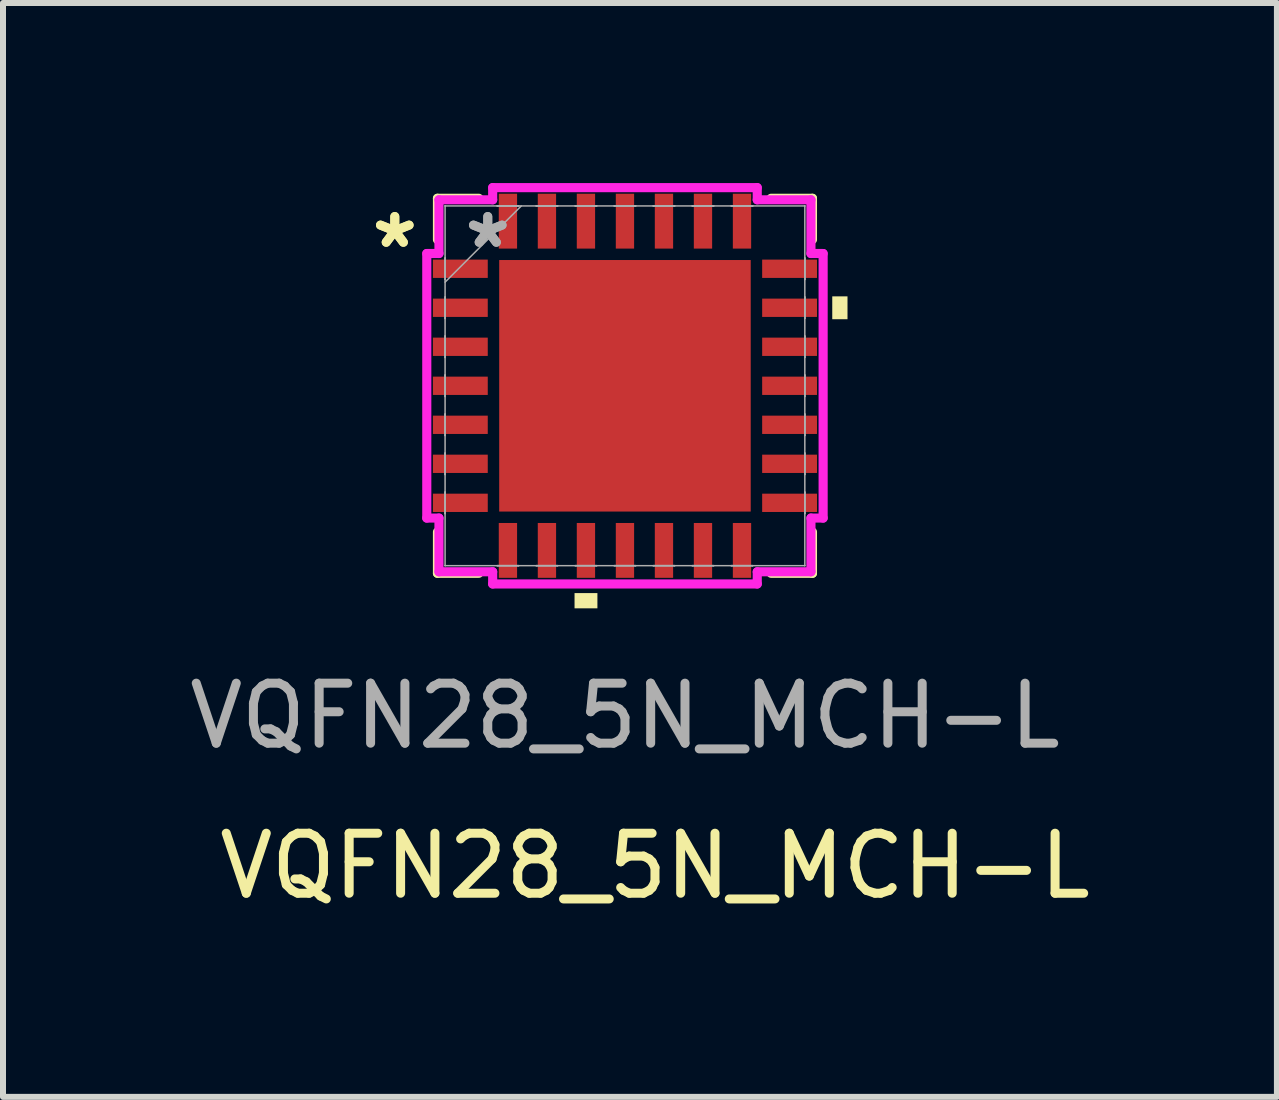
<source format=kicad_pcb>
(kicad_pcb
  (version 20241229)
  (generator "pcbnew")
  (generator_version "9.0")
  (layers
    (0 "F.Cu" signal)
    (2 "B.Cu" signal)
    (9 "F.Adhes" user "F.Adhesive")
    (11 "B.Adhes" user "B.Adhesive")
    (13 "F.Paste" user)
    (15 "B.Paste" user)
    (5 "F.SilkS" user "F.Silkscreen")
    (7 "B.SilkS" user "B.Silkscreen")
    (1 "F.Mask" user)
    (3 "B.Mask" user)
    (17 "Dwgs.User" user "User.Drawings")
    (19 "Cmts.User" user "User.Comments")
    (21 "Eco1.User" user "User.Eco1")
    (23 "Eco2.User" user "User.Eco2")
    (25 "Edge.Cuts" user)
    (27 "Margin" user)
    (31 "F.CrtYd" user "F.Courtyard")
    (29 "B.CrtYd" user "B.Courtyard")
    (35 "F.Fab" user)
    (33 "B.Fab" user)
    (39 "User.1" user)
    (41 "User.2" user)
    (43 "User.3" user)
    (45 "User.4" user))
  (footprint "VQFN28_5N_MCH-L"
    (layer "F.Cu")
    (at 7.363 3.378)
    (property "Reference" "VQFN28_5N_MCH-L" (at 0.5 8 0) (unlocked yes) (layer "F.SilkS") (effects (font (size 1 1) (thickness 0.15))))
    (attr smd)
    (fp_line (start -3.124 -3.124) (end -3.124 -2.435) (stroke (width 0.152) (type solid)) (layer "F.SilkS"))
    (fp_line (start -3.124 2.435) (end -3.124 3.124) (stroke (width 0.152) (type solid)) (layer "F.SilkS"))
    (fp_line (start -3.124 3.124) (end -2.435 3.124) (stroke (width 0.152) (type solid)) (layer "F.SilkS"))
    (fp_line (start -2.435 -3.124) (end -3.124 -3.124) (stroke (width 0.152) (type solid)) (layer "F.SilkS"))
    (fp_line (start 2.435 3.124) (end 3.124 3.124) (stroke (width 0.152) (type solid)) (layer "F.SilkS"))
    (fp_line (start 3.124 -3.124) (end 2.435 -3.124) (stroke (width 0.152) (type solid)) (layer "F.SilkS"))
    (fp_line (start 3.124 -2.435) (end 3.124 -3.124) (stroke (width 0.152) (type solid)) (layer "F.SilkS"))
    (fp_line (start 3.124 3.124) (end 3.124 2.435) (stroke (width 0.152) (type solid)) (layer "F.SilkS"))
    (fp_poly (pts (xy -0.84 3.454) (xy -0.84 3.708) (xy -0.459 3.708) (xy -0.459 3.454)) (stroke (width 0) (type solid)) (fill yes) (layer "F.SilkS"))
    (fp_poly (pts (xy 3.708 -1.49) (xy 3.708 -1.109) (xy 3.454 -1.109) (xy 3.454 -1.49)) (stroke (width 0) (type solid)) (fill yes) (layer "F.SilkS"))
    (fp_poly (pts (xy -1.996 -1.996) (xy -1.996 -0.798) (xy -0.798 -0.798) (xy -0.798 -1.996)) (stroke (width 0) (type solid)) (fill yes) (layer "F.Paste"))
    (fp_poly (pts (xy -1.996 -0.599) (xy -1.996 0.599) (xy -0.798 0.599) (xy -0.798 -0.599)) (stroke (width 0) (type solid)) (fill yes) (layer "F.Paste"))
    (fp_poly (pts (xy -1.996 0.798) (xy -1.996 1.996) (xy -0.798 1.996) (xy -0.798 0.798)) (stroke (width 0) (type solid)) (fill yes) (layer "F.Paste"))
    (fp_poly (pts (xy -0.599 -1.996) (xy -0.599 -0.798) (xy 0.599 -0.798) (xy 0.599 -1.996)) (stroke (width 0) (type solid)) (fill yes) (layer "F.Paste"))
    (fp_poly (pts (xy -0.599 -0.599) (xy -0.599 0.599) (xy 0.599 0.599) (xy 0.599 -0.599)) (stroke (width 0) (type solid)) (fill yes) (layer "F.Paste"))
    (fp_poly (pts (xy -0.599 0.798) (xy -0.599 1.996) (xy 0.599 1.996) (xy 0.599 0.798)) (stroke (width 0) (type solid)) (fill yes) (layer "F.Paste"))
    (fp_poly (pts (xy 0.798 -1.996) (xy 0.798 -0.798) (xy 1.996 -0.798) (xy 1.996 -1.996)) (stroke (width 0) (type solid)) (fill yes) (layer "F.Paste"))
    (fp_poly (pts (xy 0.798 -0.599) (xy 0.798 0.599) (xy 1.996 0.599) (xy 1.996 -0.599)) (stroke (width 0) (type solid)) (fill yes) (layer "F.Paste"))
    (fp_poly (pts (xy 0.798 0.798) (xy 0.798 1.996) (xy 1.996 1.996) (xy 1.996 0.798)) (stroke (width 0) (type solid)) (fill yes) (layer "F.Paste"))
    (fp_line (start -3.302 -2.204) (end -3.099 -2.204) (stroke (width 0.152) (type solid)) (layer "F.CrtYd"))
    (fp_line (start -3.302 2.204) (end -3.302 -2.204) (stroke (width 0.152) (type solid)) (layer "F.CrtYd"))
    (fp_line (start -3.099 -3.099) (end -2.204 -3.099) (stroke (width 0.152) (type solid)) (layer "F.CrtYd"))
    (fp_line (start -3.099 -2.204) (end -3.099 -3.099) (stroke (width 0.152) (type solid)) (layer "F.CrtYd"))
    (fp_line (start -3.099 2.204) (end -3.302 2.204) (stroke (width 0.152) (type solid)) (layer "F.CrtYd"))
    (fp_line (start -3.099 3.099) (end -3.099 2.204) (stroke (width 0.152) (type solid)) (layer "F.CrtYd"))
    (fp_line (start -2.204 -3.302) (end 2.204 -3.302) (stroke (width 0.152) (type solid)) (layer "F.CrtYd"))
    (fp_line (start -2.204 -3.099) (end -2.204 -3.302) (stroke (width 0.152) (type solid)) (layer "F.CrtYd"))
    (fp_line (start -2.204 3.099) (end -3.099 3.099) (stroke (width 0.152) (type solid)) (layer "F.CrtYd"))
    (fp_line (start -2.204 3.302) (end -2.204 3.099) (stroke (width 0.152) (type solid)) (layer "F.CrtYd"))
    (fp_line (start 2.204 -3.302) (end 2.204 -3.099) (stroke (width 0.152) (type solid)) (layer "F.CrtYd"))
    (fp_line (start 2.204 -3.099) (end 3.099 -3.099) (stroke (width 0.152) (type solid)) (layer "F.CrtYd"))
    (fp_line (start 2.204 3.099) (end 2.204 3.302) (stroke (width 0.152) (type solid)) (layer "F.CrtYd"))
    (fp_line (start 2.204 3.302) (end -2.204 3.302) (stroke (width 0.152) (type solid)) (layer "F.CrtYd"))
    (fp_line (start 3.099 -3.099) (end 3.099 -2.204) (stroke (width 0.152) (type solid)) (layer "F.CrtYd"))
    (fp_line (start 3.099 -2.204) (end 3.302 -2.204) (stroke (width 0.152) (type solid)) (layer "F.CrtYd"))
    (fp_line (start 3.099 2.204) (end 3.099 3.099) (stroke (width 0.152) (type solid)) (layer "F.CrtYd"))
    (fp_line (start 3.099 3.099) (end 2.204 3.099) (stroke (width 0.152) (type solid)) (layer "F.CrtYd"))
    (fp_line (start 3.302 -2.204) (end 3.302 2.204) (stroke (width 0.152) (type solid)) (layer "F.CrtYd"))
    (fp_line (start 3.302 2.204) (end 3.099 2.204) (stroke (width 0.152) (type solid)) (layer "F.CrtYd"))
    (fp_line (start -2.997 -2.997) (end -2.997 -2.997) (stroke (width 0.025) (type solid)) (layer "F.Fab"))
    (fp_line (start -2.997 -2.997) (end -2.997 2.997) (stroke (width 0.025) (type solid)) (layer "F.Fab"))
    (fp_line (start -2.997 -2.128) (end -2.997 -2.128) (stroke (width 0.025) (type solid)) (layer "F.Fab"))
    (fp_line (start -2.997 -2.128) (end -2.997 -1.772) (stroke (width 0.025) (type solid)) (layer "F.Fab"))
    (fp_line (start -2.997 -1.772) (end -2.997 -2.128) (stroke (width 0.025) (type solid)) (layer "F.Fab"))
    (fp_line (start -2.997 -1.772) (end -2.997 -1.772) (stroke (width 0.025) (type solid)) (layer "F.Fab"))
    (fp_line (start -2.997 -1.727) (end -1.727 -2.997) (stroke (width 0.025) (type solid)) (layer "F.Fab"))
    (fp_line (start -2.997 -1.478) (end -2.997 -1.478) (stroke (width 0.025) (type solid)) (layer "F.Fab"))
    (fp_line (start -2.997 -1.478) (end -2.997 -1.122) (stroke (width 0.025) (type solid)) (layer "F.Fab"))
    (fp_line (start -2.997 -1.122) (end -2.997 -1.478) (stroke (width 0.025) (type solid)) (layer "F.Fab"))
    (fp_line (start -2.997 -1.122) (end -2.997 -1.122) (stroke (width 0.025) (type solid)) (layer "F.Fab"))
    (fp_line (start -2.997 -0.828) (end -2.997 -0.828) (stroke (width 0.025) (type solid)) (layer "F.Fab"))
    (fp_line (start -2.997 -0.828) (end -2.997 -0.472) (stroke (width 0.025) (type solid)) (layer "F.Fab"))
    (fp_line (start -2.997 -0.472) (end -2.997 -0.828) (stroke (width 0.025) (type solid)) (layer "F.Fab"))
    (fp_line (start -2.997 -0.472) (end -2.997 -0.472) (stroke (width 0.025) (type solid)) (layer "F.Fab"))
    (fp_line (start -2.997 -0.178) (end -2.997 -0.178) (stroke (width 0.025) (type solid)) (layer "F.Fab"))
    (fp_line (start -2.997 -0.178) (end -2.997 0.178) (stroke (width 0.025) (type solid)) (layer "F.Fab"))
    (fp_line (start -2.997 0.178) (end -2.997 -0.178) (stroke (width 0.025) (type solid)) (layer "F.Fab"))
    (fp_line (start -2.997 0.178) (end -2.997 0.178) (stroke (width 0.025) (type solid)) (layer "F.Fab"))
    (fp_line (start -2.997 0.472) (end -2.997 0.472) (stroke (width 0.025) (type solid)) (layer "F.Fab"))
    (fp_line (start -2.997 0.472) (end -2.997 0.828) (stroke (width 0.025) (type solid)) (layer "F.Fab"))
    (fp_line (start -2.997 0.828) (end -2.997 0.472) (stroke (width 0.025) (type solid)) (layer "F.Fab"))
    (fp_line (start -2.997 0.828) (end -2.997 0.828) (stroke (width 0.025) (type solid)) (layer "F.Fab"))
    (fp_line (start -2.997 1.122) (end -2.997 1.122) (stroke (width 0.025) (type solid)) (layer "F.Fab"))
    (fp_line (start -2.997 1.122) (end -2.997 1.478) (stroke (width 0.025) (type solid)) (layer "F.Fab"))
    (fp_line (start -2.997 1.478) (end -2.997 1.122) (stroke (width 0.025) (type solid)) (layer "F.Fab"))
    (fp_line (start -2.997 1.478) (end -2.997 1.478) (stroke (width 0.025) (type solid)) (layer "F.Fab"))
    (fp_line (start -2.997 1.772) (end -2.997 1.772) (stroke (width 0.025) (type solid)) (layer "F.Fab"))
    (fp_line (start -2.997 1.772) (end -2.997 2.128) (stroke (width 0.025) (type solid)) (layer "F.Fab"))
    (fp_line (start -2.997 2.128) (end -2.997 1.772) (stroke (width 0.025) (type solid)) (layer "F.Fab"))
    (fp_line (start -2.997 2.128) (end -2.997 2.128) (stroke (width 0.025) (type solid)) (layer "F.Fab"))
    (fp_line (start -2.997 2.997) (end -2.997 2.997) (stroke (width 0.025) (type solid)) (layer "F.Fab"))
    (fp_line (start -2.997 2.997) (end 2.997 2.997) (stroke (width 0.025) (type solid)) (layer "F.Fab"))
    (fp_line (start -2.128 -2.997) (end -2.128 -2.997) (stroke (width 0.025) (type solid)) (layer "F.Fab"))
    (fp_line (start -2.128 -2.997) (end -1.772 -2.997) (stroke (width 0.025) (type solid)) (layer "F.Fab"))
    (fp_line (start -2.128 2.997) (end -2.128 2.997) (stroke (width 0.025) (type solid)) (layer "F.Fab"))
    (fp_line (start -2.128 2.997) (end -1.772 2.997) (stroke (width 0.025) (type solid)) (layer "F.Fab"))
    (fp_line (start -1.772 -2.997) (end -2.128 -2.997) (stroke (width 0.025) (type solid)) (layer "F.Fab"))
    (fp_line (start -1.772 -2.997) (end -1.772 -2.997) (stroke (width 0.025) (type solid)) (layer "F.Fab"))
    (fp_line (start -1.772 2.997) (end -2.128 2.997) (stroke (width 0.025) (type solid)) (layer "F.Fab"))
    (fp_line (start -1.772 2.997) (end -1.772 2.997) (stroke (width 0.025) (type solid)) (layer "F.Fab"))
    (fp_line (start -1.478 -2.997) (end -1.478 -2.997) (stroke (width 0.025) (type solid)) (layer "F.Fab"))
    (fp_line (start -1.478 -2.997) (end -1.122 -2.997) (stroke (width 0.025) (type solid)) (layer "F.Fab"))
    (fp_line (start -1.478 2.997) (end -1.478 2.997) (stroke (width 0.025) (type solid)) (layer "F.Fab"))
    (fp_line (start -1.478 2.997) (end -1.122 2.997) (stroke (width 0.025) (type solid)) (layer "F.Fab"))
    (fp_line (start -1.122 -2.997) (end -1.478 -2.997) (stroke (width 0.025) (type solid)) (layer "F.Fab"))
    (fp_line (start -1.122 -2.997) (end -1.122 -2.997) (stroke (width 0.025) (type solid)) (layer "F.Fab"))
    (fp_line (start -1.122 2.997) (end -1.478 2.997) (stroke (width 0.025) (type solid)) (layer "F.Fab"))
    (fp_line (start -1.122 2.997) (end -1.122 2.997) (stroke (width 0.025) (type solid)) (layer "F.Fab"))
    (fp_line (start -0.828 -2.997) (end -0.828 -2.997) (stroke (width 0.025) (type solid)) (layer "F.Fab"))
    (fp_line (start -0.828 -2.997) (end -0.472 -2.997) (stroke (width 0.025) (type solid)) (layer "F.Fab"))
    (fp_line (start -0.828 2.997) (end -0.828 2.997) (stroke (width 0.025) (type solid)) (layer "F.Fab"))
    (fp_line (start -0.828 2.997) (end -0.472 2.997) (stroke (width 0.025) (type solid)) (layer "F.Fab"))
    (fp_line (start -0.472 -2.997) (end -0.828 -2.997) (stroke (width 0.025) (type solid)) (layer "F.Fab"))
    (fp_line (start -0.472 -2.997) (end -0.472 -2.997) (stroke (width 0.025) (type solid)) (layer "F.Fab"))
    (fp_line (start -0.472 2.997) (end -0.828 2.997) (stroke (width 0.025) (type solid)) (layer "F.Fab"))
    (fp_line (start -0.472 2.997) (end -0.472 2.997) (stroke (width 0.025) (type solid)) (layer "F.Fab"))
    (fp_line (start -0.178 -2.997) (end -0.178 -2.997) (stroke (width 0.025) (type solid)) (layer "F.Fab"))
    (fp_line (start -0.178 -2.997) (end 0.178 -2.997) (stroke (width 0.025) (type solid)) (layer "F.Fab"))
    (fp_line (start -0.178 2.997) (end -0.178 2.997) (stroke (width 0.025) (type solid)) (layer "F.Fab"))
    (fp_line (start -0.178 2.997) (end 0.178 2.997) (stroke (width 0.025) (type solid)) (layer "F.Fab"))
    (fp_line (start 0.178 -2.997) (end -0.178 -2.997) (stroke (width 0.025) (type solid)) (layer "F.Fab"))
    (fp_line (start 0.178 -2.997) (end 0.178 -2.997) (stroke (width 0.025) (type solid)) (layer "F.Fab"))
    (fp_line (start 0.178 2.997) (end -0.178 2.997) (stroke (width 0.025) (type solid)) (layer "F.Fab"))
    (fp_line (start 0.178 2.997) (end 0.178 2.997) (stroke (width 0.025) (type solid)) (layer "F.Fab"))
    (fp_line (start 0.472 -2.997) (end 0.472 -2.997) (stroke (width 0.025) (type solid)) (layer "F.Fab"))
    (fp_line (start 0.472 -2.997) (end 0.828 -2.997) (stroke (width 0.025) (type solid)) (layer "F.Fab"))
    (fp_line (start 0.472 2.997) (end 0.472 2.997) (stroke (width 0.025) (type solid)) (layer "F.Fab"))
    (fp_line (start 0.472 2.997) (end 0.828 2.997) (stroke (width 0.025) (type solid)) (layer "F.Fab"))
    (fp_line (start 0.828 -2.997) (end 0.472 -2.997) (stroke (width 0.025) (type solid)) (layer "F.Fab"))
    (fp_line (start 0.828 -2.997) (end 0.828 -2.997) (stroke (width 0.025) (type solid)) (layer "F.Fab"))
    (fp_line (start 0.828 2.997) (end 0.472 2.997) (stroke (width 0.025) (type solid)) (layer "F.Fab"))
    (fp_line (start 0.828 2.997) (end 0.828 2.997) (stroke (width 0.025) (type solid)) (layer "F.Fab"))
    (fp_line (start 1.122 -2.997) (end 1.122 -2.997) (stroke (width 0.025) (type solid)) (layer "F.Fab"))
    (fp_line (start 1.122 -2.997) (end 1.478 -2.997) (stroke (width 0.025) (type solid)) (layer "F.Fab"))
    (fp_line (start 1.122 2.997) (end 1.122 2.997) (stroke (width 0.025) (type solid)) (layer "F.Fab"))
    (fp_line (start 1.122 2.997) (end 1.478 2.997) (stroke (width 0.025) (type solid)) (layer "F.Fab"))
    (fp_line (start 1.478 -2.997) (end 1.122 -2.997) (stroke (width 0.025) (type solid)) (layer "F.Fab"))
    (fp_line (start 1.478 -2.997) (end 1.478 -2.997) (stroke (width 0.025) (type solid)) (layer "F.Fab"))
    (fp_line (start 1.478 2.997) (end 1.122 2.997) (stroke (width 0.025) (type solid)) (layer "F.Fab"))
    (fp_line (start 1.478 2.997) (end 1.478 2.997) (stroke (width 0.025) (type solid)) (layer "F.Fab"))
    (fp_line (start 1.772 -2.997) (end 1.772 -2.997) (stroke (width 0.025) (type solid)) (layer "F.Fab"))
    (fp_line (start 1.772 -2.997) (end 2.128 -2.997) (stroke (width 0.025) (type solid)) (layer "F.Fab"))
    (fp_line (start 1.772 2.997) (end 1.772 2.997) (stroke (width 0.025) (type solid)) (layer "F.Fab"))
    (fp_line (start 1.772 2.997) (end 2.128 2.997) (stroke (width 0.025) (type solid)) (layer "F.Fab"))
    (fp_line (start 2.128 -2.997) (end 1.772 -2.997) (stroke (width 0.025) (type solid)) (layer "F.Fab"))
    (fp_line (start 2.128 -2.997) (end 2.128 -2.997) (stroke (width 0.025) (type solid)) (layer "F.Fab"))
    (fp_line (start 2.128 2.997) (end 1.772 2.997) (stroke (width 0.025) (type solid)) (layer "F.Fab"))
    (fp_line (start 2.128 2.997) (end 2.128 2.997) (stroke (width 0.025) (type solid)) (layer "F.Fab"))
    (fp_line (start 2.997 -2.997) (end -2.997 -2.997) (stroke (width 0.025) (type solid)) (layer "F.Fab"))
    (fp_line (start 2.997 -2.997) (end 2.997 -2.997) (stroke (width 0.025) (type solid)) (layer "F.Fab"))
    (fp_line (start 2.997 -2.128) (end 2.997 -2.128) (stroke (width 0.025) (type solid)) (layer "F.Fab"))
    (fp_line (start 2.997 -2.128) (end 2.997 -1.772) (stroke (width 0.025) (type solid)) (layer "F.Fab"))
    (fp_line (start 2.997 -1.772) (end 2.997 -2.128) (stroke (width 0.025) (type solid)) (layer "F.Fab"))
    (fp_line (start 2.997 -1.772) (end 2.997 -1.772) (stroke (width 0.025) (type solid)) (layer "F.Fab"))
    (fp_line (start 2.997 -1.478) (end 2.997 -1.478) (stroke (width 0.025) (type solid)) (layer "F.Fab"))
    (fp_line (start 2.997 -1.478) (end 2.997 -1.122) (stroke (width 0.025) (type solid)) (layer "F.Fab"))
    (fp_line (start 2.997 -1.122) (end 2.997 -1.478) (stroke (width 0.025) (type solid)) (layer "F.Fab"))
    (fp_line (start 2.997 -1.122) (end 2.997 -1.122) (stroke (width 0.025) (type solid)) (layer "F.Fab"))
    (fp_line (start 2.997 -0.828) (end 2.997 -0.828) (stroke (width 0.025) (type solid)) (layer "F.Fab"))
    (fp_line (start 2.997 -0.828) (end 2.997 -0.472) (stroke (width 0.025) (type solid)) (layer "F.Fab"))
    (fp_line (start 2.997 -0.472) (end 2.997 -0.828) (stroke (width 0.025) (type solid)) (layer "F.Fab"))
    (fp_line (start 2.997 -0.472) (end 2.997 -0.472) (stroke (width 0.025) (type solid)) (layer "F.Fab"))
    (fp_line (start 2.997 -0.178) (end 2.997 -0.178) (stroke (width 0.025) (type solid)) (layer "F.Fab"))
    (fp_line (start 2.997 -0.178) (end 2.997 0.178) (stroke (width 0.025) (type solid)) (layer "F.Fab"))
    (fp_line (start 2.997 0.178) (end 2.997 -0.178) (stroke (width 0.025) (type solid)) (layer "F.Fab"))
    (fp_line (start 2.997 0.178) (end 2.997 0.178) (stroke (width 0.025) (type solid)) (layer "F.Fab"))
    (fp_line (start 2.997 0.472) (end 2.997 0.472) (stroke (width 0.025) (type solid)) (layer "F.Fab"))
    (fp_line (start 2.997 0.472) (end 2.997 0.828) (stroke (width 0.025) (type solid)) (layer "F.Fab"))
    (fp_line (start 2.997 0.828) (end 2.997 0.472) (stroke (width 0.025) (type solid)) (layer "F.Fab"))
    (fp_line (start 2.997 0.828) (end 2.997 0.828) (stroke (width 0.025) (type solid)) (layer "F.Fab"))
    (fp_line (start 2.997 1.122) (end 2.997 1.122) (stroke (width 0.025) (type solid)) (layer "F.Fab"))
    (fp_line (start 2.997 1.122) (end 2.997 1.478) (stroke (width 0.025) (type solid)) (layer "F.Fab"))
    (fp_line (start 2.997 1.478) (end 2.997 1.122) (stroke (width 0.025) (type solid)) (layer "F.Fab"))
    (fp_line (start 2.997 1.478) (end 2.997 1.478) (stroke (width 0.025) (type solid)) (layer "F.Fab"))
    (fp_line (start 2.997 1.772) (end 2.997 1.772) (stroke (width 0.025) (type solid)) (layer "F.Fab"))
    (fp_line (start 2.997 1.772) (end 2.997 2.128) (stroke (width 0.025) (type solid)) (layer "F.Fab"))
    (fp_line (start 2.997 2.128) (end 2.997 1.772) (stroke (width 0.025) (type solid)) (layer "F.Fab"))
    (fp_line (start 2.997 2.128) (end 2.997 2.128) (stroke (width 0.025) (type solid)) (layer "F.Fab"))
    (fp_line (start 2.997 2.997) (end 2.997 -2.997) (stroke (width 0.025) (type solid)) (layer "F.Fab"))
    (fp_line (start 2.997 2.997) (end 2.997 2.997) (stroke (width 0.025) (type solid)) (layer "F.Fab"))
    (fp_text user "*" (at -3.835 -2.275 0) (unlocked yes) (layer "F.SilkS") (effects (font (size 1 1) (thickness 0.15))))
    (fp_text user "*" (at -3.835 -2.275 0) (layer "F.SilkS") (effects (font (size 1 1) (thickness 0.15))))
    (fp_text user "${REFERENCE}" (at 0 5.5 0) (unlocked yes) (layer "F.Fab") (effects (font (size 1 1) (thickness 0.15))))
    (fp_text user "*" (at -2.286 -2.275 0) (unlocked yes) (layer "F.Fab") (effects (font (size 1 1) (thickness 0.15))))
    (fp_text user "*" (at -2.286 -2.275 0) (layer "F.Fab") (effects (font (size 1 1) (thickness 0.15))))
    (pad "1" smd rect (at -2.743 -1.95 90) (size 0.305 0.914) (layers "F.Cu" "F.Mask" "F.Paste"))
    (pad "2" smd rect (at -2.743 -1.3 90) (size 0.305 0.914) (layers "F.Cu" "F.Mask" "F.Paste"))
    (pad "3" smd rect (at -2.743 -0.65 90) (size 0.305 0.914) (layers "F.Cu" "F.Mask" "F.Paste"))
    (pad "4" smd rect (at -2.743 0 90) (size 0.305 0.914) (layers "F.Cu" "F.Mask" "F.Paste"))
    (pad "5" smd rect (at -2.743 0.65 90) (size 0.305 0.914) (layers "F.Cu" "F.Mask" "F.Paste"))
    (pad "6" smd rect (at -2.743 1.3 90) (size 0.305 0.914) (layers "F.Cu" "F.Mask" "F.Paste"))
    (pad "7" smd rect (at -2.743 1.95 90) (size 0.305 0.914) (layers "F.Cu" "F.Mask" "F.Paste"))
    (pad "8" smd rect (at -1.95 2.743) (size 0.305 0.914) (layers "F.Cu" "F.Mask" "F.Paste"))
    (pad "9" smd rect (at -1.3 2.743) (size 0.305 0.914) (layers "F.Cu" "F.Mask" "F.Paste"))
    (pad "10" smd rect (at -0.65 2.743) (size 0.305 0.914) (layers "F.Cu" "F.Mask" "F.Paste"))
    (pad "11" smd rect (at 0 2.743) (size 0.305 0.914) (layers "F.Cu" "F.Mask" "F.Paste"))
    (pad "12" smd rect (at 0.65 2.743) (size 0.305 0.914) (layers "F.Cu" "F.Mask" "F.Paste"))
    (pad "13" smd rect (at 1.3 2.743) (size 0.305 0.914) (layers "F.Cu" "F.Mask" "F.Paste"))
    (pad "14" smd rect (at 1.95 2.743) (size 0.305 0.914) (layers "F.Cu" "F.Mask" "F.Paste"))
    (pad "15" smd rect (at 2.743 1.95 90) (size 0.305 0.914) (layers "F.Cu" "F.Mask" "F.Paste"))
    (pad "16" smd rect (at 2.743 1.3 90) (size 0.305 0.914) (layers "F.Cu" "F.Mask" "F.Paste"))
    (pad "17" smd rect (at 2.743 0.65 90) (size 0.305 0.914) (layers "F.Cu" "F.Mask" "F.Paste"))
    (pad "18" smd rect (at 2.743 0 90) (size 0.305 0.914) (layers "F.Cu" "F.Mask" "F.Paste"))
    (pad "19" smd rect (at 2.743 -0.65 90) (size 0.305 0.914) (layers "F.Cu" "F.Mask" "F.Paste"))
    (pad "20" smd rect (at 2.743 -1.3 90) (size 0.305 0.914) (layers "F.Cu" "F.Mask" "F.Paste"))
    (pad "21" smd rect (at 2.743 -1.95 90) (size 0.305 0.914) (layers "F.Cu" "F.Mask" "F.Paste"))
    (pad "22" smd rect (at 1.95 -2.743) (size 0.305 0.914) (layers "F.Cu" "F.Mask" "F.Paste"))
    (pad "23" smd rect (at 1.3 -2.743) (size 0.305 0.914) (layers "F.Cu" "F.Mask" "F.Paste"))
    (pad "24" smd rect (at 0.65 -2.743) (size 0.305 0.914) (layers "F.Cu" "F.Mask" "F.Paste"))
    (pad "25" smd rect (at 0 -2.743) (size 0.305 0.914) (layers "F.Cu" "F.Mask" "F.Paste"))
    (pad "26" smd rect (at -0.65 -2.743) (size 0.305 0.914) (layers "F.Cu" "F.Mask" "F.Paste"))
    (pad "27" smd rect (at -1.3 -2.743) (size 0.305 0.914) (layers "F.Cu" "F.Mask" "F.Paste"))
    (pad "28" smd rect (at -1.95 -2.743) (size 0.305 0.914) (layers "F.Cu" "F.Mask" "F.Paste"))
    (pad "29" smd rect (at 0 0) (size 4.191 4.191) (layers "F.Cu" "F.Mask" "F.Paste")))
  (gr_rect
    (start -3 -3)
    (end 18.226 15.226)
    (stroke (width 0.1) (type default))
    (fill no)
    (layer "Edge.Cuts")))
</source>
